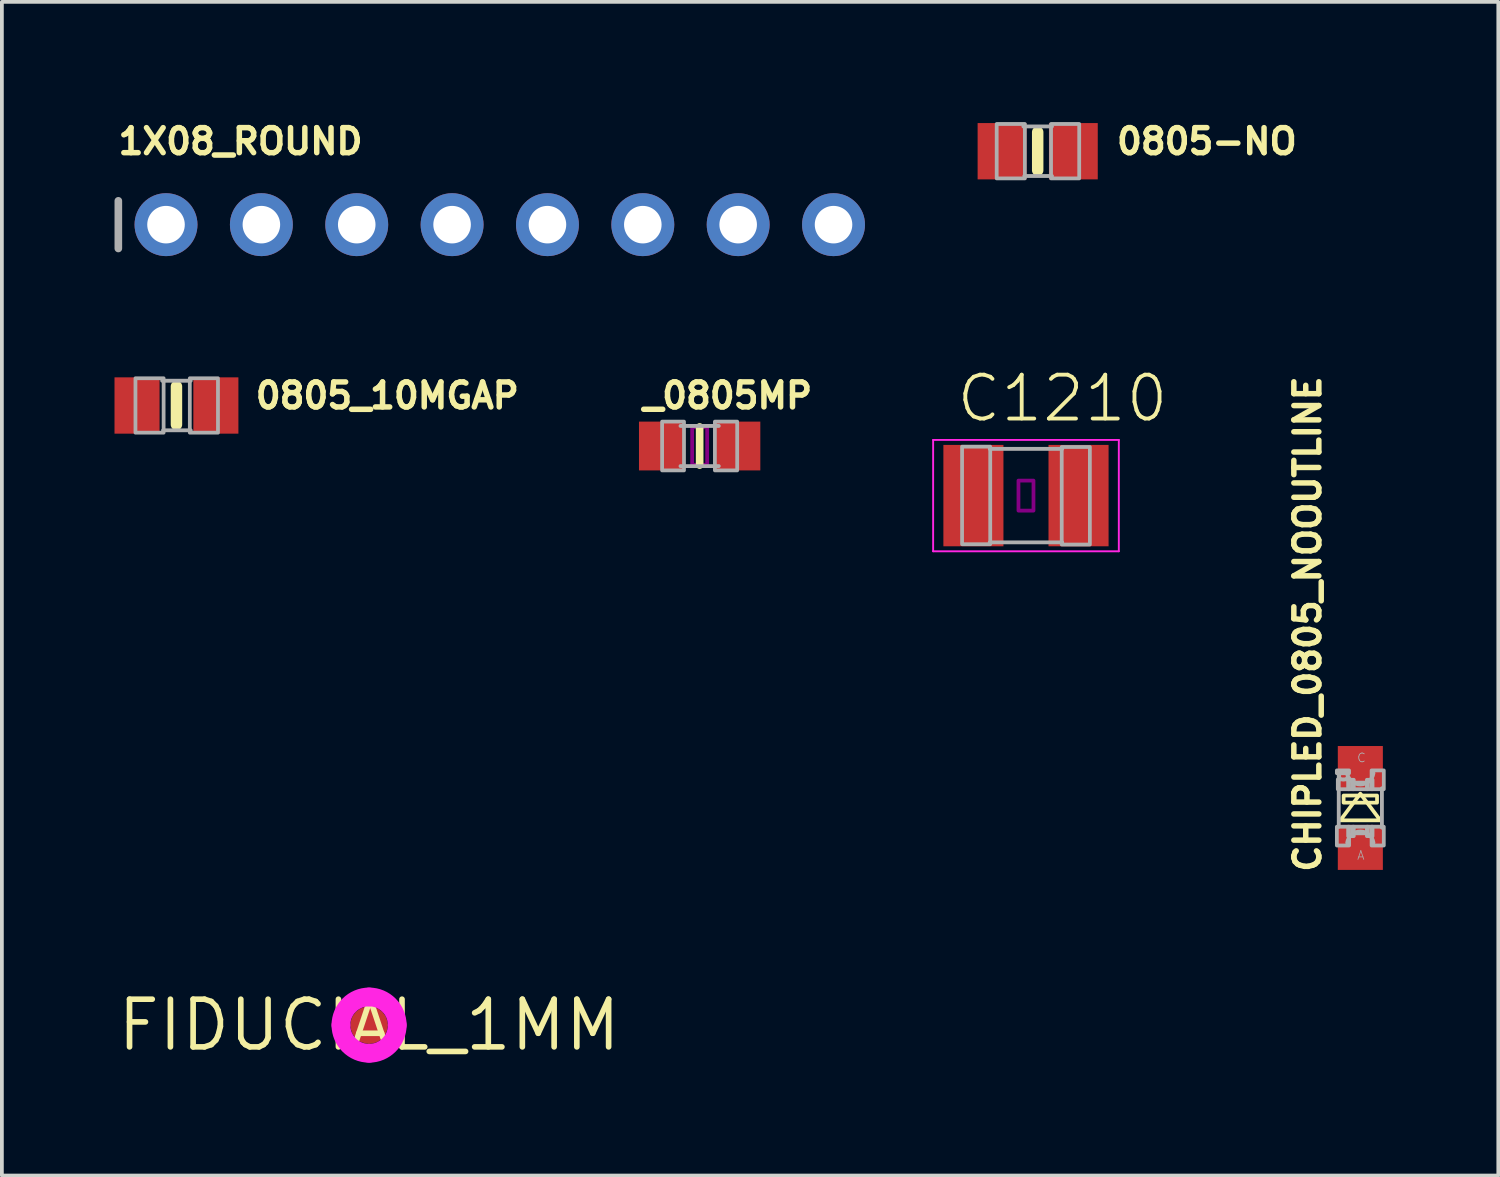
<source format=kicad_pcb>
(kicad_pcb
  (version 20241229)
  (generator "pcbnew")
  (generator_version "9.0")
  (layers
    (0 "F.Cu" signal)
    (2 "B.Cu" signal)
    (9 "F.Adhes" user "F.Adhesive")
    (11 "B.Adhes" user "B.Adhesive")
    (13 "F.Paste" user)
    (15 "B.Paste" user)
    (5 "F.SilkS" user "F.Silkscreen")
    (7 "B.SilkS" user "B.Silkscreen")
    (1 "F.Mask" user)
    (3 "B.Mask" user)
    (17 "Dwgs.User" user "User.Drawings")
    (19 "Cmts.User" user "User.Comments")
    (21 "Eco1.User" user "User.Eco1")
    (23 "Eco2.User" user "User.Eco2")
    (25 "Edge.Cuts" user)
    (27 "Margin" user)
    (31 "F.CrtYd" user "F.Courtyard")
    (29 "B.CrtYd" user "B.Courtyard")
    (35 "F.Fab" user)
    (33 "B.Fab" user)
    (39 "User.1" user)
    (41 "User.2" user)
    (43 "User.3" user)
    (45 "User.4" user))
  (footprint "0805_10MGAP"
    (layer "F.Cu")
    (at 1.65 7.751)
    (property "Reference" "0805_10MGAP" (at 2.032 0.127 0) (layer "F.SilkS") (effects (font (size 0.666 0.666) (thickness 0.146)) (justify left bottom)))
    (fp_line (start 0 -0.508) (end 0 0.508) (stroke (width 0.305) (type solid)) (layer "F.SilkS"))
    (fp_line (start -0.381 -0.66) (end 0.381 -0.66) (stroke (width 0.102) (type solid)) (layer "F.Fab"))
    (fp_line (start -0.356 0.66) (end 0.381 0.66) (stroke (width 0.102) (type solid)) (layer "F.Fab"))
    (fp_poly (pts (xy -1.092 0.724) (xy -0.342 0.724) (xy -0.342 -0.726) (xy -1.092 -0.726)) (stroke (width 0.1) (type solid)) (fill no) (layer "F.Fab"))
    (fp_poly (pts (xy 0.356 0.724) (xy 1.106 0.724) (xy 1.106 -0.726) (xy 0.356 -0.726)) (stroke (width 0.1) (type solid)) (fill no) (layer "F.Fab"))
    (pad "1" smd rect (at -1.05 0) (size 1.2 1.5) (layers "F.Cu" "F.Mask" "F.Paste"))
    (pad "2" smd rect (at 1.05 0) (size 1.2 1.5) (layers "F.Cu" "F.Mask" "F.Paste")))
  (footprint "1X08_ROUND"
    (layer "F.Cu")
    (at 10.262 2.934)
    (property "Reference" "1X08_ROUND" (at -10.236 -1.829 0) (layer "F.SilkS") (effects (font (size 0.666 0.666) (thickness 0.146)) (justify left bottom)))
    (fp_line (start -10.16 -0.635) (end -10.16 0.635) (stroke (width 0.203) (type solid)) (layer "F.Fab"))
    (fp_poly (pts (xy -9.144 0.254) (xy -8.636 0.254) (xy -8.636 -0.254) (xy -9.144 -0.254)) (stroke (width 0.1) (type solid)) (fill no) (layer "F.Fab"))
    (fp_poly (pts (xy -6.604 0.254) (xy -6.096 0.254) (xy -6.096 -0.254) (xy -6.604 -0.254)) (stroke (width 0.1) (type solid)) (fill no) (layer "F.Fab"))
    (fp_poly (pts (xy -4.064 0.254) (xy -3.556 0.254) (xy -3.556 -0.254) (xy -4.064 -0.254)) (stroke (width 0.1) (type solid)) (fill no) (layer "F.Fab"))
    (fp_poly (pts (xy -1.524 0.254) (xy -1.016 0.254) (xy -1.016 -0.254) (xy -1.524 -0.254)) (stroke (width 0.1) (type solid)) (fill no) (layer "F.Fab"))
    (fp_poly (pts (xy 1.016 0.254) (xy 1.524 0.254) (xy 1.524 -0.254) (xy 1.016 -0.254)) (stroke (width 0.1) (type solid)) (fill no) (layer "F.Fab"))
    (fp_poly (pts (xy 3.556 0.254) (xy 4.064 0.254) (xy 4.064 -0.254) (xy 3.556 -0.254)) (stroke (width 0.1) (type solid)) (fill no) (layer "F.Fab"))
    (fp_poly (pts (xy 6.096 0.254) (xy 6.604 0.254) (xy 6.604 -0.254) (xy 6.096 -0.254)) (stroke (width 0.1) (type solid)) (fill no) (layer "F.Fab"))
    (fp_poly (pts (xy 8.636 0.254) (xy 9.144 0.254) (xy 9.144 -0.254) (xy 8.636 -0.254)) (stroke (width 0.1) (type solid)) (fill no) (layer "F.Fab"))
    (pad "1" thru_hole circle (at -8.89 0 90) (size 1.676 1.676) (drill 1) (layers "*.Cu" "*.Mask"))
    (pad "2" thru_hole circle (at -6.35 0 90) (size 1.676 1.676) (drill 1) (layers "*.Cu" "*.Mask"))
    (pad "3" thru_hole circle (at -3.81 0 90) (size 1.676 1.676) (drill 1) (layers "*.Cu" "*.Mask"))
    (pad "4" thru_hole circle (at -1.27 0 90) (size 1.676 1.676) (drill 1) (layers "*.Cu" "*.Mask"))
    (pad "5" thru_hole circle (at 1.27 0 90) (size 1.676 1.676) (drill 1) (layers "*.Cu" "*.Mask"))
    (pad "6" thru_hole circle (at 3.81 0 90) (size 1.676 1.676) (drill 1) (layers "*.Cu" "*.Mask"))
    (pad "7" thru_hole circle (at 6.35 0 90) (size 1.676 1.676) (drill 1) (layers "*.Cu" "*.Mask"))
    (pad "8" thru_hole circle (at 8.89 0 90) (size 1.676 1.676) (drill 1) (layers "*.Cu" "*.Mask")))
  (footprint "CHIPLED_0805_NOOUTLINE"
    (layer "F.Cu")
    (at 33.184 18.471)
    (property "Reference" "CHIPLED_0805_NOOUTLINE" (at -1.016 1.778 90) (layer "F.SilkS") (effects (font (size 0.666 0.666) (thickness 0.146)) (justify left bottom)))
    (fp_poly (pts (xy 0.533 0.33) (xy -0.533 0.33) (xy 0 -0.381)) (stroke (width 0.1) (type solid)) (fill no) (layer "F.SilkS"))
    (fp_poly (pts (xy -0.445 -0.141) (xy 0.445 -0.141) (xy 0.445 -0.331) (xy -0.445 -0.331)) (stroke (width 0.1) (type solid)) (fill no) (layer "F.SilkS"))
    (fp_line (start -0.575 0.5) (end -0.575 -0.925) (stroke (width 0.102) (type solid)) (layer "F.Fab"))
    (fp_line (start 0.575 -0.525) (end 0.575 0.525) (stroke (width 0.102) (type solid)) (layer "F.Fab"))
    (fp_arc (start -0.35 0.925) (mid -0.000001 0.625027) (end 0.35 0.924998) (stroke (width 0.1016) (type solid)) (layer "F.Fab"))
    (fp_arc (start 0.35 -0.924998) (mid -0.000001 -0.625027) (end -0.35 -0.925) (stroke (width 0.1016) (type solid)) (layer "F.Fab"))
    (fp_circle (center -0.45 -0.85) (end -0.347 -0.85) (stroke (width 0.076) (type solid)) (fill no) (layer "F.Fab"))
    (fp_poly (pts (xy -0.625 -0.925) (xy -0.3 -0.925) (xy -0.3 -1) (xy -0.625 -1)) (stroke (width 0.1) (type solid)) (fill no) (layer "F.Fab"))
    (fp_poly (pts (xy -0.625 1) (xy -0.3 1) (xy -0.3 0.5) (xy -0.625 0.5)) (stroke (width 0.1) (type solid)) (fill no) (layer "F.Fab"))
    (fp_poly (pts (xy -0.6 -0.5) (xy -0.3 -0.5) (xy -0.3 -0.762) (xy -0.6 -0.762)) (stroke (width 0.1) (type solid)) (fill no) (layer "F.Fab"))
    (fp_poly (pts (xy -0.325 -0.5) (xy -0.175 -0.5) (xy -0.175 -0.75) (xy -0.325 -0.75)) (stroke (width 0.1) (type solid)) (fill no) (layer "F.Fab"))
    (fp_poly (pts (xy -0.325 0.75) (xy -0.175 0.75) (xy -0.175 0.5) (xy -0.325 0.5)) (stroke (width 0.1) (type solid)) (fill no) (layer "F.Fab"))
    (fp_poly (pts (xy -0.2 -0.5) (xy 0.2 -0.5) (xy 0.2 -0.675) (xy -0.2 -0.675)) (stroke (width 0.1) (type solid)) (fill no) (layer "F.Fab"))
    (fp_poly (pts (xy -0.2 0.675) (xy 0.2 0.675) (xy 0.2 0.5) (xy -0.2 0.5)) (stroke (width 0.1) (type solid)) (fill no) (layer "F.Fab"))
    (fp_poly (pts (xy 0.175 -0.5) (xy 0.325 -0.5) (xy 0.325 -0.75) (xy 0.175 -0.75)) (stroke (width 0.1) (type solid)) (fill no) (layer "F.Fab"))
    (fp_poly (pts (xy 0.175 0.75) (xy 0.325 0.75) (xy 0.325 0.5) (xy 0.175 0.5)) (stroke (width 0.1) (type solid)) (fill no) (layer "F.Fab"))
    (fp_poly (pts (xy 0.3 -0.5) (xy 0.625 -0.5) (xy 0.625 -1) (xy 0.3 -1)) (stroke (width 0.1) (type solid)) (fill no) (layer "F.Fab"))
    (fp_poly (pts (xy 0.3 1) (xy 0.625 1) (xy 0.625 0.5) (xy 0.3 0.5)) (stroke (width 0.1) (type solid)) (fill no) (layer "F.Fab"))
    (fp_text user "C" (at -0.1 -1.2 0) (layer "F.Fab") (effects (font (size 0.234 0.234) (thickness 0.02)) (justify left bottom)))
    (fp_text user "A" (at -0.1 1.4 0) (layer "F.Fab") (effects (font (size 0.234 0.234) (thickness 0.02)) (justify left bottom)))
    (pad "A" smd rect (at 0 1.05) (size 1.2 1.2) (layers "F.Cu" "F.Mask" "F.Paste"))
    (pad "C" smd rect (at 0 -1.05) (size 1.2 1.2) (layers "F.Cu" "F.Mask" "F.Paste")))
  (footprint "C1210"
    (layer "F.Cu")
    (at 24.278 10.151)
    (property "Reference" "C1210" (at -1.905 -1.905 0) (layer "F.SilkS") (effects (font (size 1.168 1.168) (thickness 0.102)) (justify left bottom)))
    (fp_poly (pts (xy -0.2 0.4) (xy 0.2 0.4) (xy 0.2 -0.4) (xy -0.2 -0.4)) (stroke (width 0.1) (type solid)) (fill no) (layer "F.Adhes"))
    (fp_line (start -2.473 -1.483) (end 2.473 -1.483) (stroke (width 0.051) (type solid)) (layer "F.CrtYd"))
    (fp_line (start -2.473 1.483) (end -2.473 -1.483) (stroke (width 0.051) (type solid)) (layer "F.CrtYd"))
    (fp_line (start 2.473 -1.483) (end 2.473 1.483) (stroke (width 0.051) (type solid)) (layer "F.CrtYd"))
    (fp_line (start 2.473 1.483) (end -2.473 1.483) (stroke (width 0.051) (type solid)) (layer "F.CrtYd"))
    (fp_line (start -0.965 -1.245) (end 0.965 -1.245) (stroke (width 0.102) (type solid)) (layer "F.Fab"))
    (fp_line (start -0.965 1.245) (end 0.965 1.245) (stroke (width 0.102) (type solid)) (layer "F.Fab"))
    (fp_poly (pts (xy -1.702 1.295) (xy -0.952 1.295) (xy -0.952 -1.304) (xy -1.702 -1.304)) (stroke (width 0.1) (type solid)) (fill no) (layer "F.Fab"))
    (fp_poly (pts (xy 0.952 1.304) (xy 1.702 1.304) (xy 1.702 -1.295) (xy 0.952 -1.295)) (stroke (width 0.1) (type solid)) (fill no) (layer "F.Fab"))
    (pad "1" smd rect (at -1.4 0) (size 1.6 2.7) (layers "F.Cu" "F.Mask" "F.Paste"))
    (pad "2" smd rect (at 1.4 0) (size 1.6 2.7) (layers "F.Cu" "F.Mask" "F.Paste")))
  (footprint "_0805MP"
    (layer "F.Cu")
    (at 15.586 8.83)
    (property "Reference" "_0805MP" (at -1.587 -0.953 0) (layer "F.SilkS") (effects (font (size 0.666 0.666) (thickness 0.146)) (justify left bottom)))
    (fp_line (start 0 -0.508) (end 0 0.508) (stroke (width 0.203) (type solid)) (layer "F.SilkS"))
    (fp_poly (pts (xy -0.2 0.5) (xy 0.2 0.5) (xy 0.2 -0.5) (xy -0.2 -0.5)) (stroke (width 0.1) (type solid)) (fill no) (layer "F.Adhes"))
    (fp_line (start -0.51 -0.535) (end 0.51 -0.535) (stroke (width 0.102) (type solid)) (layer "F.Fab"))
    (fp_line (start -0.51 0.535) (end 0.51 0.535) (stroke (width 0.102) (type solid)) (layer "F.Fab"))
    (fp_poly (pts (xy -1 0.65) (xy -0.417 0.65) (xy -0.417 -0.65) (xy -1 -0.65)) (stroke (width 0.1) (type solid)) (fill no) (layer "F.Fab"))
    (fp_poly (pts (xy 0.406 0.65) (xy 1 0.65) (xy 1 -0.65) (xy 0.406 -0.65)) (stroke (width 0.1) (type solid)) (fill no) (layer "F.Fab"))
    (pad "1" smd rect (at -1.016 0) (size 1.2 1.3) (layers "F.Cu" "F.Mask" "F.Paste"))
    (pad "2" smd rect (at 1.016 0) (size 1.2 1.3) (layers "F.Cu" "F.Mask" "F.Paste")))
  (footprint "0805-NO"
    (layer "F.Cu")
    (at 24.59 0.978)
    (property "Reference" "0805-NO" (at 2.032 0.127 0) (layer "F.SilkS") (effects (font (size 0.666 0.666) (thickness 0.146)) (justify left bottom)))
    (fp_line (start 0 -0.508) (end 0 0.508) (stroke (width 0.305) (type solid)) (layer "F.SilkS"))
    (fp_line (start -0.381 -0.66) (end 0.381 -0.66) (stroke (width 0.102) (type solid)) (layer "F.Fab"))
    (fp_line (start -0.356 0.66) (end 0.381 0.66) (stroke (width 0.102) (type solid)) (layer "F.Fab"))
    (fp_poly (pts (xy -1.092 0.724) (xy -0.342 0.724) (xy -0.342 -0.726) (xy -1.092 -0.726)) (stroke (width 0.1) (type solid)) (fill no) (layer "F.Fab"))
    (fp_poly (pts (xy 0.356 0.724) (xy 1.106 0.724) (xy 1.106 -0.726) (xy 0.356 -0.726)) (stroke (width 0.1) (type solid)) (fill no) (layer "F.Fab"))
    (pad "1" smd rect (at -0.95 0) (size 1.3 1.5) (layers "F.Cu" "F.Mask" "F.Paste"))
    (pad "2" smd rect (at 0.95 0) (size 1.3 1.5) (layers "F.Cu" "F.Mask" "F.Paste")))
  (footprint "FIDUCIAL_1MM"
    (layer "F.Cu")
    (at 6.781 24.255)
    (property "Reference" "FIDUCIAL_1MM" (at 0 0 0) (layer "F.SilkS") (effects (font (size 1.27 1.27) (thickness 0.15))))
    (fp_arc (start -0.75 0) (mid -0.53033 -0.53033) (end 0 -0.75) (stroke (width 0.5) (type solid)) (layer "F.Mask"))
    (fp_arc (start 0 -0.75) (mid 0.53033 -0.53033) (end 0.75 0) (stroke (width 0.5) (type solid)) (layer "F.Mask"))
    (fp_arc (start 0 0.75) (mid -0.53033 0.53033) (end -0.75 0) (stroke (width 0.5) (type solid)) (layer "F.Mask"))
    (fp_arc (start 0.75 0) (mid 0.53033 0.53033) (end 0 0.75) (stroke (width 0.5) (type solid)) (layer "F.Mask"))
    (fp_arc (start -0.75 0) (mid -0.53033 -0.53033) (end 0 -0.75) (stroke (width 0.5) (type solid)) (layer "F.CrtYd"))
    (fp_arc (start 0 -0.75) (mid 0.53033 -0.53033) (end 0.75 0) (stroke (width 0.5) (type solid)) (layer "F.CrtYd"))
    (fp_arc (start 0 0.75) (mid -0.53033 0.53033) (end -0.75 0) (stroke (width 0.5) (type solid)) (layer "F.CrtYd"))
    (fp_arc (start 0.75 0) (mid 0.53033 0.53033) (end 0 0.75) (stroke (width 0.5) (type solid)) (layer "F.CrtYd"))
    (pad "1" smd roundrect (at 0 0) (size 1 1) (layers "F.Cu" "F.Mask") (roundrect_rratio 0.5)))
  (gr_rect
    (start -3 -3)
    (end 36.859 28.262)
    (stroke (width 0.1) (type default))
    (fill no)
    (layer "Edge.Cuts")))
</source>
